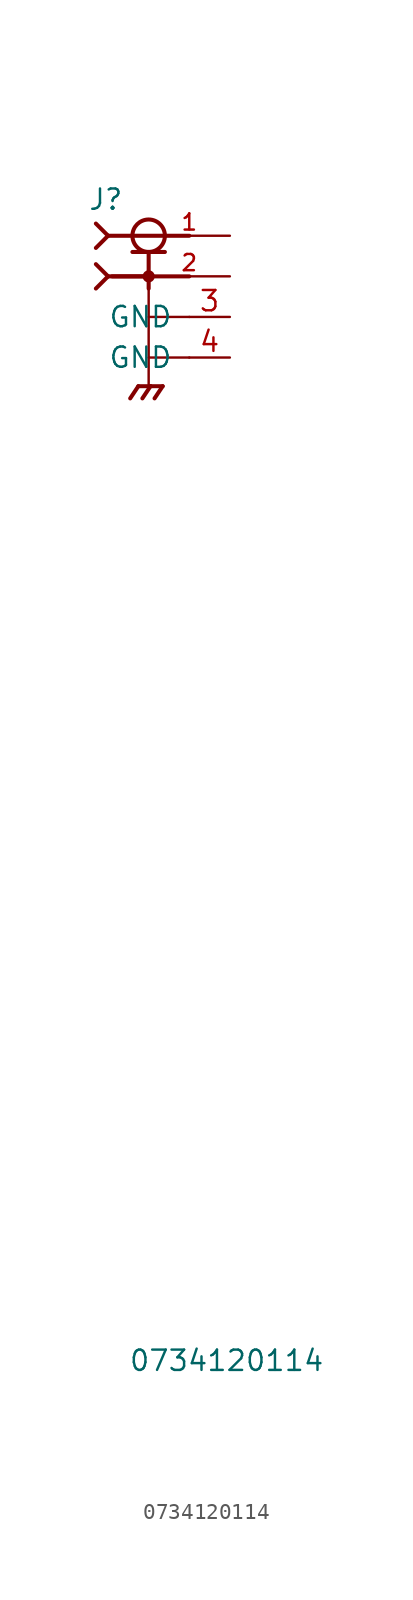
<source format=kicad_sym>
(kicad_symbol_lib
  (version 20220914)
  (generator kicad_symbol_editor)
  (symbol "0734120114"
    (pin_names
      (offset 1.016))
    (property "Reference" "J"
      (at -3.81 4.064 0)
      (effects (font (size 1.27 1.27)) (justify left bottom)))
    (property "Value" "0734120114"
      (at -1.27 -68.58 0)
      (effects (font (size 1.27 1.27)) (justify left bottom)))
    (symbol "0734120114_0_0"
      (polyline (pts (xy -3.302 -0.762) (xy -2.54 0)) (stroke (width 0.254) (type default)) (fill (type none)))
      (polyline (pts (xy -3.302 0.762) (xy -2.54 0)) (stroke (width 0.254) (type default)) (fill (type none)))
      (polyline (pts (xy -3.302 1.778) (xy -2.54 2.54)) (stroke (width 0.254) (type default)) (fill (type none)))
      (polyline (pts (xy -3.302 3.302) (xy -2.54 2.54)) (stroke (width 0.254) (type default)) (fill (type none)))
      (polyline (pts (xy -2.54 0) (xy 0 0)) (stroke (width 0.254) (type default)) (fill (type none)))
      (polyline (pts (xy -2.54 2.54) (xy 2.54 2.54)) (stroke (width 0.254) (type default)) (fill (type none)))
      (polyline (pts (xy -1.016 1.524) (xy 0 1.524)) (stroke (width 0.254) (type default)) (fill (type none)))
      (polyline (pts (xy -0.647 -6.873) (xy -1.155 -7.635)) (stroke (width 0.254) (type default)) (fill (type none)))
      (polyline (pts (xy 0 0) (xy -2.286 0)) (stroke (width 0.254) (type default)) (fill (type none)))
      (polyline (pts (xy 0 0) (xy 0 -0.762)) (stroke (width 0.254) (type default)) (fill (type none)))
      (polyline (pts (xy 0 1.524) (xy 0 0)) (stroke (width 0.254) (type default)) (fill (type none)))
      (polyline (pts (xy 0 1.524) (xy 1.016 1.524)) (stroke (width 0.254) (type default)) (fill (type none)))
      (polyline (pts (xy 0.115 -6.873) (xy -0.647 -6.873)) (stroke (width 0.254) (type default)) (fill (type none)))
      (polyline (pts (xy 0.115 -6.873) (xy -0.393 -7.635)) (stroke (width 0.254) (type default)) (fill (type none)))
      (polyline (pts (xy 0.115 -6.873) (xy 0.877 -6.873)) (stroke (width 0.254) (type default)) (fill (type none)))
      (polyline (pts (xy 0.877 -6.873) (xy 0.369 -7.635)) (stroke (width 0.254) (type default)) (fill (type none)))
      (polyline (pts (xy 2.54 0) (xy 0 0)) (stroke (width 0.254) (type default)) (fill (type none)))
      (circle (center 0 0) (radius 0.254) (stroke (width 0.254) (type default)) (fill (type none)))
      (circle (center 0 2.54) (radius 1.016) (stroke (width 0.254) (type default)) (fill (type none)))
      (pin passive line (at 5.08 2.54 180) (length 5.08) (name "~" (effects (font (size 1.016 1.016)))) (number "1" (effects (font (size 1.016 1.016)))))
      (pin power_in line (at 5.08 0 180) (length 5.08) (name "~" (effects (font (size 1.016 1.016)))) (number "2" (effects (font (size 1.016 1.016))))))
    (symbol "0734120114_0_1"
      (polyline (pts (xy 0 -5.08) (xy -0.0002 -6.854)) (stroke (width 0) (type default)) (fill (type none)))
      (polyline (pts (xy 2.54 -2.54) (xy 0 -2.54)) (stroke (width 0) (type default)) (fill (type none)))
      (polyline (pts (xy 2.54 -5.08) (xy 0 -5.08) (xy 0 0)) (stroke (width 0) (type default)) (fill (type none))))
    (symbol "0734120114_1_1"
      (pin input line (at 5.08 -2.54 180) (length 2.54) (name "GND" (effects (font (size 1.27 1.27)))) (number "3" (effects (font (size 1.27 1.27)))))
      (pin input line (at 5.08 -5.08 180) (length 2.54) (name "GND" (effects (font (size 1.27 1.27)))) (number "4" (effects (font (size 1.27 1.27))))))))
</source>
